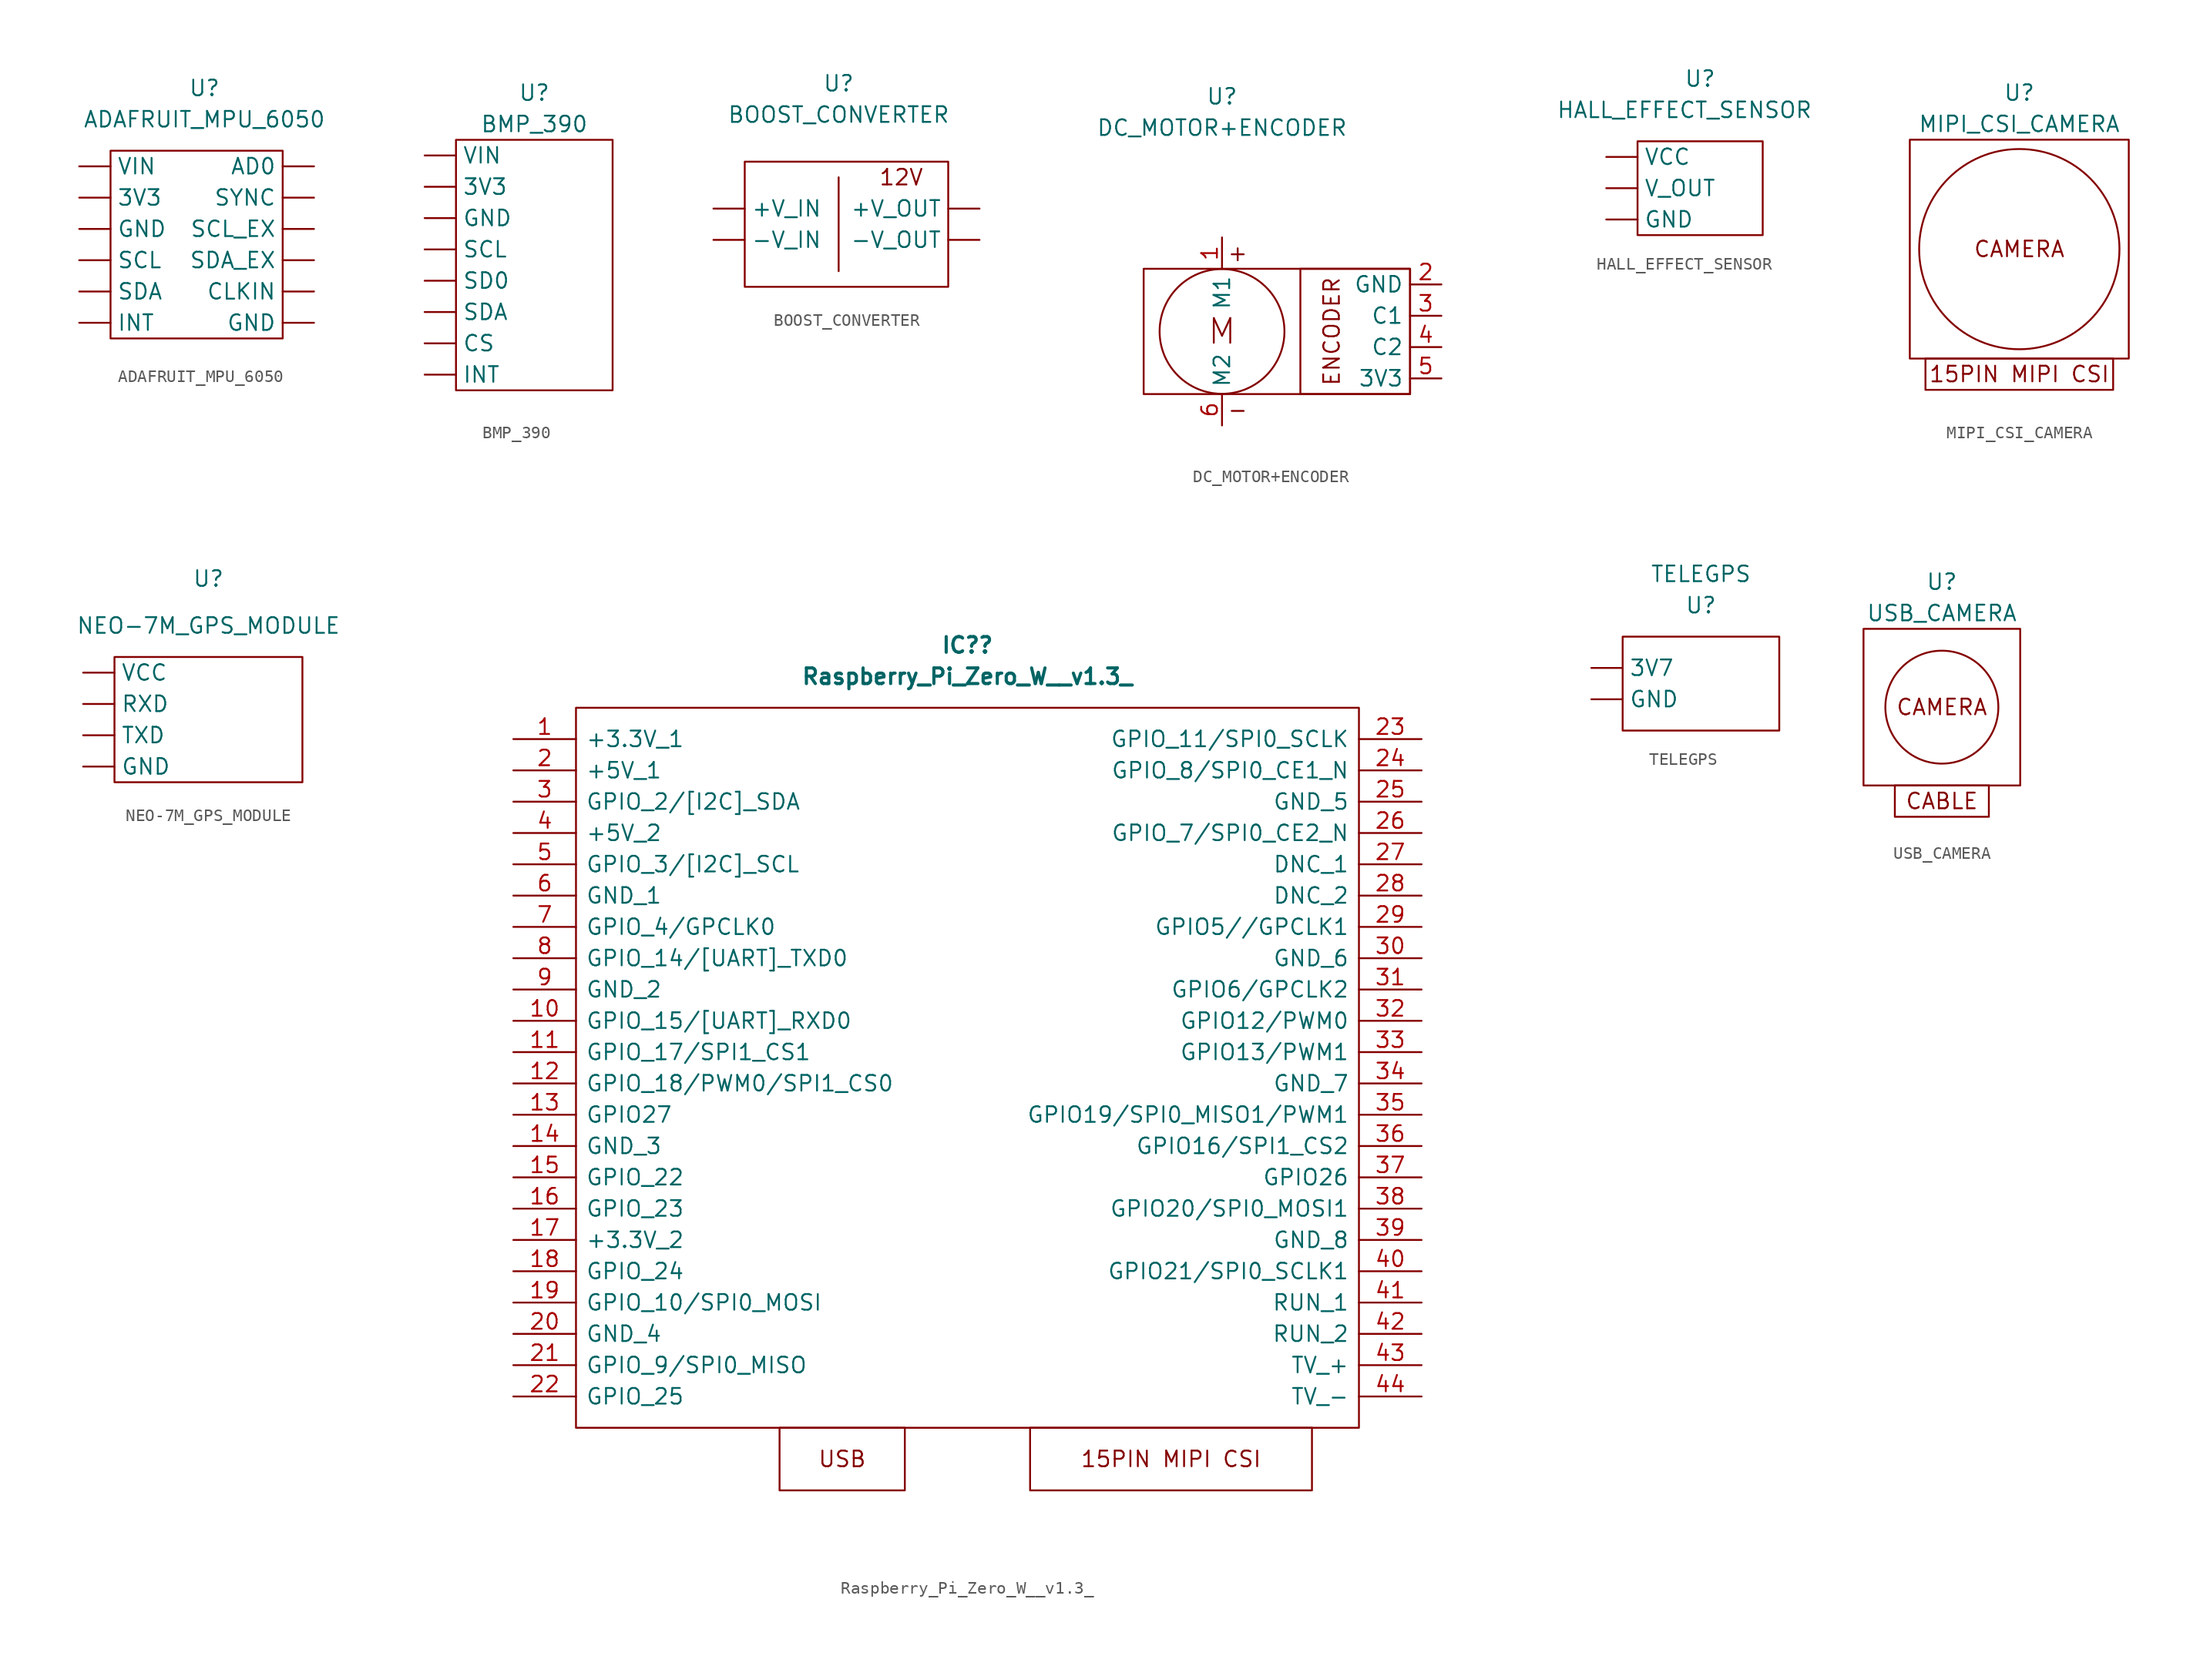
<source format=kicad_sym>
(kicad_symbol_lib
  (version 20211014)
  (generator kicad_symbol_editor)
  (symbol "ADAFRUIT_MPU_6050"
    (property "Reference" "U"
      (at 7.62 19.05 0)
      (effects (font (size 1.27 1.27))))
    (property "Value" "ADAFRUIT_MPU_6050"
      (at 7.62 16.51 0)
      (effects (font (size 1.27 1.27))))
    (symbol "ADAFRUIT_MPU_6050_0_1"
      (rectangle (start 0 13.97) (end 13.97 -1.27) (stroke (width 0) (type default) (color 0 0 0 0)) (fill (type none))))
    (symbol "ADAFRUIT_MPU_6050_1_1"
      (pin power_in line (at -2.54 10.16 0) (length 2.54) (name "3V3" (effects (font (size 1.27 1.27)))) (number "" (effects (font (size 1.27 1.27)))))
      (pin input line (at 16.51 12.7 180) (length 2.54) (name "AD0" (effects (font (size 1.27 1.27)))) (number "" (effects (font (size 1.27 1.27)))))
      (pin input line (at 16.51 2.54 180) (length 2.54) (name "CLKIN" (effects (font (size 1.27 1.27)))) (number "" (effects (font (size 1.27 1.27)))))
      (pin input line (at -2.54 7.62 0) (length 2.54) (name "GND" (effects (font (size 1.27 1.27)))) (number "" (effects (font (size 1.27 1.27)))))
      (pin input line (at 16.51 0 180) (length 2.54) (name "GND" (effects (font (size 1.27 1.27)))) (number "" (effects (font (size 1.27 1.27)))))
      (pin input line (at -2.54 0 0) (length 2.54) (name "INT" (effects (font (size 1.27 1.27)))) (number "" (effects (font (size 1.27 1.27)))))
      (pin input line (at -2.54 5.08 0) (length 2.54) (name "SCL" (effects (font (size 1.27 1.27)))) (number "" (effects (font (size 1.27 1.27)))))
      (pin input line (at 16.51 7.62 180) (length 2.54) (name "SCL_EX" (effects (font (size 1.27 1.27)))) (number "" (effects (font (size 1.27 1.27)))))
      (pin input line (at -2.54 2.54 0) (length 2.54) (name "SDA" (effects (font (size 1.27 1.27)))) (number "" (effects (font (size 1.27 1.27)))))
      (pin input line (at 16.51 5.08 180) (length 2.54) (name "SDA_EX" (effects (font (size 1.27 1.27)))) (number "" (effects (font (size 1.27 1.27)))))
      (pin input line (at 16.51 10.16 180) (length 2.54) (name "SYNC" (effects (font (size 1.27 1.27)))) (number "" (effects (font (size 1.27 1.27)))))
      (pin power_in line (at -2.54 12.7 0) (length 2.54) (name "VIN" (effects (font (size 1.27 1.27)))) (number "" (effects (font (size 1.27 1.27)))))))
  (symbol "BMP_390"
    (property "Reference" "U"
      (at 8.89 22.86 0)
      (effects (font (size 1.27 1.27))))
    (property "Value" "BMP_390"
      (at 8.89 20.32 0)
      (effects (font (size 1.27 1.27))))
    (symbol "BMP_390_0_1"
      (rectangle (start 2.54 19.05) (end 15.24 -1.27) (stroke (width 0) (type default) (color 0 0 0 0)) (fill (type none))))
    (symbol "BMP_390_1_1"
      (pin input line (at 0 15.24 0) (length 2.54) (name "3V3" (effects (font (size 1.27 1.27)))) (number "" (effects (font (size 1.27 1.27)))))
      (pin input line (at 0 2.54 0) (length 2.54) (name "CS" (effects (font (size 1.27 1.27)))) (number "" (effects (font (size 1.27 1.27)))))
      (pin input line (at 0 12.7 0) (length 2.54) (name "GND" (effects (font (size 1.27 1.27)))) (number "" (effects (font (size 1.27 1.27)))))
      (pin input line (at 0 0 0) (length 2.54) (name "INT" (effects (font (size 1.27 1.27)))) (number "" (effects (font (size 1.27 1.27)))))
      (pin input line (at 0 10.16 0) (length 2.54) (name "SCL" (effects (font (size 1.27 1.27)))) (number "" (effects (font (size 1.27 1.27)))))
      (pin input line (at 0 7.62 0) (length 2.54) (name "SD0" (effects (font (size 1.27 1.27)))) (number "" (effects (font (size 1.27 1.27)))))
      (pin input line (at 0 5.08 0) (length 2.54) (name "SDA" (effects (font (size 1.27 1.27)))) (number "" (effects (font (size 1.27 1.27)))))
      (pin input line (at 0 17.78 0) (length 2.54) (name "VIN" (effects (font (size 1.27 1.27)))) (number "" (effects (font (size 1.27 1.27)))))))
  (symbol "BOOST_CONVERTER"
    (property "Reference" "U"
      (at 0 15.24 0)
      (effects (font (size 1.27 1.27))))
    (property "Value" "BOOST_CONVERTER"
      (at 0 12.7 0)
      (effects (font (size 1.27 1.27))))
    (symbol "BOOST_CONVERTER_0_0"
      (rectangle (start -7.62 8.89) (end 8.89 -1.27) (stroke (width 0) (type default) (color 0 0 0 0)) (fill (type none)))
      (polyline (pts (xy 0 7.62) (xy 0 0)) (stroke (width 0) (type default) (color 0 0 0 0)) (fill (type none)))
      (text "12V" (at 5.08 7.62 0) (effects (font (size 1.27 1.27)))))
    (symbol "BOOST_CONVERTER_1_1"
      (pin input line (at -10.16 5.08 0) (length 2.54) (name "+V_IN" (effects (font (size 1.27 1.27)))) (number "" (effects (font (size 1.27 1.27)))))
      (pin input line (at 11.43 5.08 180) (length 2.54) (name "+V_OUT" (effects (font (size 1.27 1.27)))) (number "" (effects (font (size 1.27 1.27)))))
      (pin input line (at -10.16 2.54 0) (length 2.54) (name "-V_IN" (effects (font (size 1.27 1.27)))) (number "" (effects (font (size 1.27 1.27)))))
      (pin input line (at 11.43 2.54 180) (length 2.54) (name "-V_OUT" (effects (font (size 1.27 1.27)))) (number "" (effects (font (size 1.27 1.27)))))))
  (symbol "DC_MOTOR+ENCODER"
    (property "Reference" "U"
      (at 0 19.05 0)
      (effects (font (size 1.27 1.27))))
    (property "Value" "DC_MOTOR+ENCODER"
      (at 0 16.51 0)
      (effects (font (size 1.27 1.27))))
    (symbol "DC_MOTOR+ENCODER_0_0"
      (rectangle (start 6.35 5.08) (end 15.24 -5.08) (stroke (width 0) (type default) (color 0 0 0 0)) (fill (type none)))
      (text "+" (at 1.27 6.35 0) (effects (font (size 1.27 1.27))))
      (text "-" (at 1.27 -6.35 0) (effects (font (size 1.27 1.27))))
      (text "ENCODER" (at 8.89 0 900) (effects (font (size 1.27 1.27)))))
    (symbol "DC_MOTOR+ENCODER_1_1"
      (rectangle (start -6.35 5.08) (end 15.24 -5.08) (stroke (width 0) (type default) (color 0 0 0 0)) (fill (type none)))
      (circle (center 0 0) (radius 5.059) (stroke (width 0) (type default) (color 0 0 0 0)) (fill (type none)))
      (text "M" (at 0 0 0) (effects (font (size 2 2))))
      (pin input line (at 0 7.62 270) (length 2.54) (name "M1" (effects (font (size 1.27 1.27)))) (number "1" (effects (font (size 1.27 1.27)))))
      (pin input line (at 17.78 3.81 180) (length 2.54) (name "GND" (effects (font (size 1.27 1.27)))) (number "2" (effects (font (size 1.27 1.27)))))
      (pin input line (at 17.78 1.27 180) (length 2.54) (name "C1" (effects (font (size 1.27 1.27)))) (number "3" (effects (font (size 1.27 1.27)))))
      (pin input line (at 17.78 -1.27 180) (length 2.54) (name "C2" (effects (font (size 1.27 1.27)))) (number "4" (effects (font (size 1.27 1.27)))))
      (pin input line (at 17.78 -3.81 180) (length 2.54) (name "3V3" (effects (font (size 1.27 1.27)))) (number "5" (effects (font (size 1.27 1.27)))))
      (pin input line (at 0 -7.62 90) (length 2.54) (name "M2" (effects (font (size 1.27 1.27)))) (number "6" (effects (font (size 1.27 1.27)))))))
  (symbol "HALL_EFFECT_SENSOR"
    (property "Reference" "U"
      (at 5.08 8.89 0)
      (effects (font (size 1.27 1.27))))
    (property "Value" "HALL_EFFECT_SENSOR"
      (at 3.81 6.35 0)
      (effects (font (size 1.27 1.27))))
    (symbol "HALL_EFFECT_SENSOR_0_1"
      (rectangle (start 0 3.81) (end 10.16 -3.81) (stroke (width 0) (type default) (color 0 0 0 0)) (fill (type none))))
    (symbol "HALL_EFFECT_SENSOR_1_1"
      (pin input line (at -2.54 -2.54 0) (length 2.54) (name "GND" (effects (font (size 1.27 1.27)))) (number "" (effects (font (size 1.27 1.27)))))
      (pin input line (at -2.54 0 0) (length 2.54) (name "V_OUT" (effects (font (size 1.27 1.27)))) (number "" (effects (font (size 1.27 1.27)))))
      (pin input line (at -2.54 2.54 0) (length 2.54) (name "VCC" (effects (font (size 1.27 1.27)))) (number "" (effects (font (size 1.27 1.27)))))))
  (symbol "MIPI_CSI_CAMERA"
    (property "Reference" "U"
      (at 0 12.7 0)
      (effects (font (size 1.27 1.27))))
    (property "Value" "MIPI_CSI_CAMERA"
      (at 0 10.16 0)
      (effects (font (size 1.27 1.27))))
    (symbol "MIPI_CSI_CAMERA_0_0"
      (rectangle (start -8.89 8.89) (end 8.89 -8.89) (stroke (width 0) (type default) (color 0 0 0 0)) (fill (type none)))
      (rectangle (start -7.62 -8.89) (end 7.62 -11.43) (stroke (width 0) (type default) (color 0 0 0 0)) (fill (type none)))
      (circle (center 0 0) (radius 8.132) (stroke (width 0) (type default) (color 0 0 0 0)) (fill (type none)))
      (text "15PIN MIPI CSI" (at 0 -10.16 0) (effects (font (size 1.27 1.27))))
      (text "CAMERA" (at 0 0 0) (effects (font (size 1.27 1.27))))))
  (symbol "NEO-7M_GPS_MODULE"
    (property "Reference" "U"
      (at 6.35 12.7 0)
      (effects (font (size 1.27 1.27))))
    (property "Value" "NEO-7M_GPS_MODULE"
      (at 6.35 8.89 0)
      (effects (font (size 1.27 1.27))))
    (symbol "NEO-7M_GPS_MODULE_0_0"
      (rectangle (start -1.27 6.35) (end 13.97 -3.81) (stroke (width 0) (type default) (color 0 0 0 0)) (fill (type none))))
    (symbol "NEO-7M_GPS_MODULE_1_1"
      (pin input line (at -3.81 -2.54 0) (length 2.54) (name "GND" (effects (font (size 1.27 1.27)))) (number "" (effects (font (size 1.27 1.27)))))
      (pin input line (at -3.81 2.54 0) (length 2.54) (name "RXD" (effects (font (size 1.27 1.27)))) (number "" (effects (font (size 1.27 1.27)))))
      (pin input line (at -3.81 0 0) (length 2.54) (name "TXD" (effects (font (size 1.27 1.27)))) (number "" (effects (font (size 1.27 1.27)))))
      (pin input line (at -3.81 5.08 0) (length 2.54) (name "VCC" (effects (font (size 1.27 1.27)))) (number "" (effects (font (size 1.27 1.27)))))))
  (symbol "Raspberry_Pi_Zero_W__v1.3_"
    (pin_names
      (offset 0.762))
    (property "Reference" "IC?"
      (at 36.83 7.62 0)
      (effects (font (size 1.27 1.27) bold)))
    (property "Value" "Raspberry_Pi_Zero_W__v1.3_"
      (at 36.83 5.08 0)
      (effects (font (size 1.27 1.27) bold)))
    (symbol "Raspberry_Pi_Zero_W__v1.3__0_0"
      (rectangle (start 21.59 -55.88) (end 31.75 -60.96) (stroke (width 0) (type default) (color 0 0 0 0)) (fill (type none)))
      (text "15PIN MIPI CSI" (at 53.34 -58.42 0) (effects (font (size 1.27 1.27))))
      (text "USB" (at 26.67 -58.42 0) (effects (font (size 1.27 1.27))))
      (pin passive line (at 0 0 0) (length 5.08) (name "+3.3V_1" (effects (font (size 1.27 1.27)))) (number "1" (effects (font (size 1.27 1.27)))))
      (pin passive line (at 0 -22.86 0) (length 5.08) (name "GPIO_15/[UART]_RXD0" (effects (font (size 1.27 1.27)))) (number "10" (effects (font (size 1.27 1.27)))))
      (pin passive line (at 0 -25.4 0) (length 5.08) (name "GPIO_17/SPI1_CS1" (effects (font (size 1.27 1.27)))) (number "11" (effects (font (size 1.27 1.27)))))
      (pin passive line (at 0 -27.94 0) (length 5.08) (name "GPIO_18/PWM0/SPI1_CS0" (effects (font (size 1.27 1.27)))) (number "12" (effects (font (size 1.27 1.27)))))
      (pin passive line (at 0 -30.48 0) (length 5.08) (name "GPIO27" (effects (font (size 1.27 1.27)))) (number "13" (effects (font (size 1.27 1.27)))))
      (pin passive line (at 0 -33.02 0) (length 5.08) (name "GND_3" (effects (font (size 1.27 1.27)))) (number "14" (effects (font (size 1.27 1.27)))))
      (pin passive line (at 0 -35.56 0) (length 5.08) (name "GPIO_22" (effects (font (size 1.27 1.27)))) (number "15" (effects (font (size 1.27 1.27)))))
      (pin passive line (at 0 -38.1 0) (length 5.08) (name "GPIO_23" (effects (font (size 1.27 1.27)))) (number "16" (effects (font (size 1.27 1.27)))))
      (pin passive line (at 0 -40.64 0) (length 5.08) (name "+3.3V_2" (effects (font (size 1.27 1.27)))) (number "17" (effects (font (size 1.27 1.27)))))
      (pin passive line (at 0 -43.18 0) (length 5.08) (name "GPIO_24" (effects (font (size 1.27 1.27)))) (number "18" (effects (font (size 1.27 1.27)))))
      (pin passive line (at 0 -45.72 0) (length 5.08) (name "GPIO_10/SPI0_MOSI" (effects (font (size 1.27 1.27)))) (number "19" (effects (font (size 1.27 1.27)))))
      (pin passive line (at 0 -2.54 0) (length 5.08) (name "+5V_1" (effects (font (size 1.27 1.27)))) (number "2" (effects (font (size 1.27 1.27)))))
      (pin passive line (at 0 -48.26 0) (length 5.08) (name "GND_4" (effects (font (size 1.27 1.27)))) (number "20" (effects (font (size 1.27 1.27)))))
      (pin passive line (at 0 -50.8 0) (length 5.08) (name "GPIO_9/SPI0_MISO" (effects (font (size 1.27 1.27)))) (number "21" (effects (font (size 1.27 1.27)))))
      (pin passive line (at 0 -53.34 0) (length 5.08) (name "GPIO_25" (effects (font (size 1.27 1.27)))) (number "22" (effects (font (size 1.27 1.27)))))
      (pin passive line (at 73.66 0 180) (length 5.08) (name "GPIO_11/SPI0_SCLK" (effects (font (size 1.27 1.27)))) (number "23" (effects (font (size 1.27 1.27)))))
      (pin passive line (at 73.66 -2.54 180) (length 5.08) (name "GPIO_8/SPI0_CE1_N" (effects (font (size 1.27 1.27)))) (number "24" (effects (font (size 1.27 1.27)))))
      (pin passive line (at 73.66 -5.08 180) (length 5.08) (name "GND_5" (effects (font (size 1.27 1.27)))) (number "25" (effects (font (size 1.27 1.27)))))
      (pin passive line (at 73.66 -7.62 180) (length 5.08) (name "GPIO_7/SPI0_CE2_N" (effects (font (size 1.27 1.27)))) (number "26" (effects (font (size 1.27 1.27)))))
      (pin passive line (at 73.66 -10.16 180) (length 5.08) (name "DNC_1" (effects (font (size 1.27 1.27)))) (number "27" (effects (font (size 1.27 1.27)))))
      (pin passive line (at 73.66 -12.7 180) (length 5.08) (name "DNC_2" (effects (font (size 1.27 1.27)))) (number "28" (effects (font (size 1.27 1.27)))))
      (pin passive line (at 73.66 -15.24 180) (length 5.08) (name "GPIO5//GPCLK1" (effects (font (size 1.27 1.27)))) (number "29" (effects (font (size 1.27 1.27)))))
      (pin passive line (at 0 -5.08 0) (length 5.08) (name "GPIO_2/[I2C]_SDA" (effects (font (size 1.27 1.27)))) (number "3" (effects (font (size 1.27 1.27)))))
      (pin passive line (at 73.66 -17.78 180) (length 5.08) (name "GND_6" (effects (font (size 1.27 1.27)))) (number "30" (effects (font (size 1.27 1.27)))))
      (pin passive line (at 73.66 -20.32 180) (length 5.08) (name "GPIO6/GPCLK2" (effects (font (size 1.27 1.27)))) (number "31" (effects (font (size 1.27 1.27)))))
      (pin passive line (at 73.66 -22.86 180) (length 5.08) (name "GPIO12/PWM0" (effects (font (size 1.27 1.27)))) (number "32" (effects (font (size 1.27 1.27)))))
      (pin passive line (at 73.66 -25.4 180) (length 5.08) (name "GPIO13/PWM1" (effects (font (size 1.27 1.27)))) (number "33" (effects (font (size 1.27 1.27)))))
      (pin passive line (at 73.66 -27.94 180) (length 5.08) (name "GND_7" (effects (font (size 1.27 1.27)))) (number "34" (effects (font (size 1.27 1.27)))))
      (pin passive line (at 73.66 -30.48 180) (length 5.08) (name "GPIO19/SPI0_MISO1/PWM1" (effects (font (size 1.27 1.27)))) (number "35" (effects (font (size 1.27 1.27)))))
      (pin passive line (at 73.66 -33.02 180) (length 5.08) (name "GPIO16/SPI1_CS2" (effects (font (size 1.27 1.27)))) (number "36" (effects (font (size 1.27 1.27)))))
      (pin passive line (at 73.66 -35.56 180) (length 5.08) (name "GPIO26" (effects (font (size 1.27 1.27)))) (number "37" (effects (font (size 1.27 1.27)))))
      (pin passive line (at 73.66 -38.1 180) (length 5.08) (name "GPIO20/SPI0_MOSI1" (effects (font (size 1.27 1.27)))) (number "38" (effects (font (size 1.27 1.27)))))
      (pin passive line (at 73.66 -40.64 180) (length 5.08) (name "GND_8" (effects (font (size 1.27 1.27)))) (number "39" (effects (font (size 1.27 1.27)))))
      (pin passive line (at 0 -7.62 0) (length 5.08) (name "+5V_2" (effects (font (size 1.27 1.27)))) (number "4" (effects (font (size 1.27 1.27)))))
      (pin passive line (at 73.66 -43.18 180) (length 5.08) (name "GPIO21/SPI0_SCLK1" (effects (font (size 1.27 1.27)))) (number "40" (effects (font (size 1.27 1.27)))))
      (pin passive line (at 73.66 -45.72 180) (length 5.08) (name "RUN_1" (effects (font (size 1.27 1.27)))) (number "41" (effects (font (size 1.27 1.27)))))
      (pin passive line (at 73.66 -48.26 180) (length 5.08) (name "RUN_2" (effects (font (size 1.27 1.27)))) (number "42" (effects (font (size 1.27 1.27)))))
      (pin passive line (at 73.66 -50.8 180) (length 5.08) (name "TV_+" (effects (font (size 1.27 1.27)))) (number "43" (effects (font (size 1.27 1.27)))))
      (pin passive line (at 73.66 -53.34 180) (length 5.08) (name "TV_-" (effects (font (size 1.27 1.27)))) (number "44" (effects (font (size 1.27 1.27)))))
      (pin passive line (at 0 -10.16 0) (length 5.08) (name "GPIO_3/[I2C]_SCL" (effects (font (size 1.27 1.27)))) (number "5" (effects (font (size 1.27 1.27)))))
      (pin passive line (at 0 -12.7 0) (length 5.08) (name "GND_1" (effects (font (size 1.27 1.27)))) (number "6" (effects (font (size 1.27 1.27)))))
      (pin passive line (at 0 -15.24 0) (length 5.08) (name "GPIO_4/GPCLK0" (effects (font (size 1.27 1.27)))) (number "7" (effects (font (size 1.27 1.27)))))
      (pin passive line (at 0 -17.78 0) (length 5.08) (name "GPIO_14/[UART]_TXD0" (effects (font (size 1.27 1.27)))) (number "8" (effects (font (size 1.27 1.27)))))
      (pin passive line (at 0 -20.32 0) (length 5.08) (name "GND_2" (effects (font (size 1.27 1.27)))) (number "9" (effects (font (size 1.27 1.27))))))
    (symbol "Raspberry_Pi_Zero_W__v1.3__0_1"
      (polyline (pts (xy 5.08 2.54) (xy 68.58 2.54) (xy 68.58 -55.88) (xy 5.08 -55.88) (xy 5.08 2.54)) (stroke (width 0.152) (type default) (color 0 0 0 0)) (fill (type none)))
      (rectangle (start 41.91 -55.88) (end 64.77 -60.96) (stroke (width 0) (type default) (color 0 0 0 0)) (fill (type none)))))
  (symbol "TELEGPS"
    (property "Reference" "U"
      (at 6.35 7.62 0)
      (effects (font (size 1.27 1.27))))
    (property "Value" "TELEGPS"
      (at 6.35 10.16 0)
      (effects (font (size 1.27 1.27))))
    (symbol "TELEGPS_0_1"
      (rectangle (start 0 5.08) (end 12.7 -2.54) (stroke (width 0) (type default) (color 0 0 0 0)) (fill (type none))))
    (symbol "TELEGPS_1_1"
      (pin input line (at -2.54 2.54 0) (length 2.54) (name "3V7" (effects (font (size 1.27 1.27)))) (number "" (effects (font (size 1.27 1.27)))))
      (pin input line (at -2.54 0 0) (length 2.54) (name "GND" (effects (font (size 1.27 1.27)))) (number "" (effects (font (size 1.27 1.27)))))))
  (symbol "USB_CAMERA"
    (property "Reference" "U"
      (at 0 10.16 0)
      (effects (font (size 1.27 1.27))))
    (property "Value" "USB_CAMERA"
      (at 0 7.62 0)
      (effects (font (size 1.27 1.27))))
    (symbol "USB_CAMERA_0_0"
      (rectangle (start -3.81 -6.35) (end 3.81 -8.89) (stroke (width 0) (type default) (color 0 0 0 0)) (fill (type none)))
      (text "CABLE" (at 0 -7.62 0) (effects (font (size 1.27 1.27))))
      (text "CAMERA" (at 0 0 0) (effects (font (size 1.27 1.27)))))
    (symbol "USB_CAMERA_0_1"
      (rectangle (start -6.35 6.35) (end 6.35 -6.35) (stroke (width 0) (type default) (color 0 0 0 0)) (fill (type none)))
      (circle (center 0 0) (radius 4.579) (stroke (width 0) (type default) (color 0 0 0 0)) (fill (type none))))))
</source>
